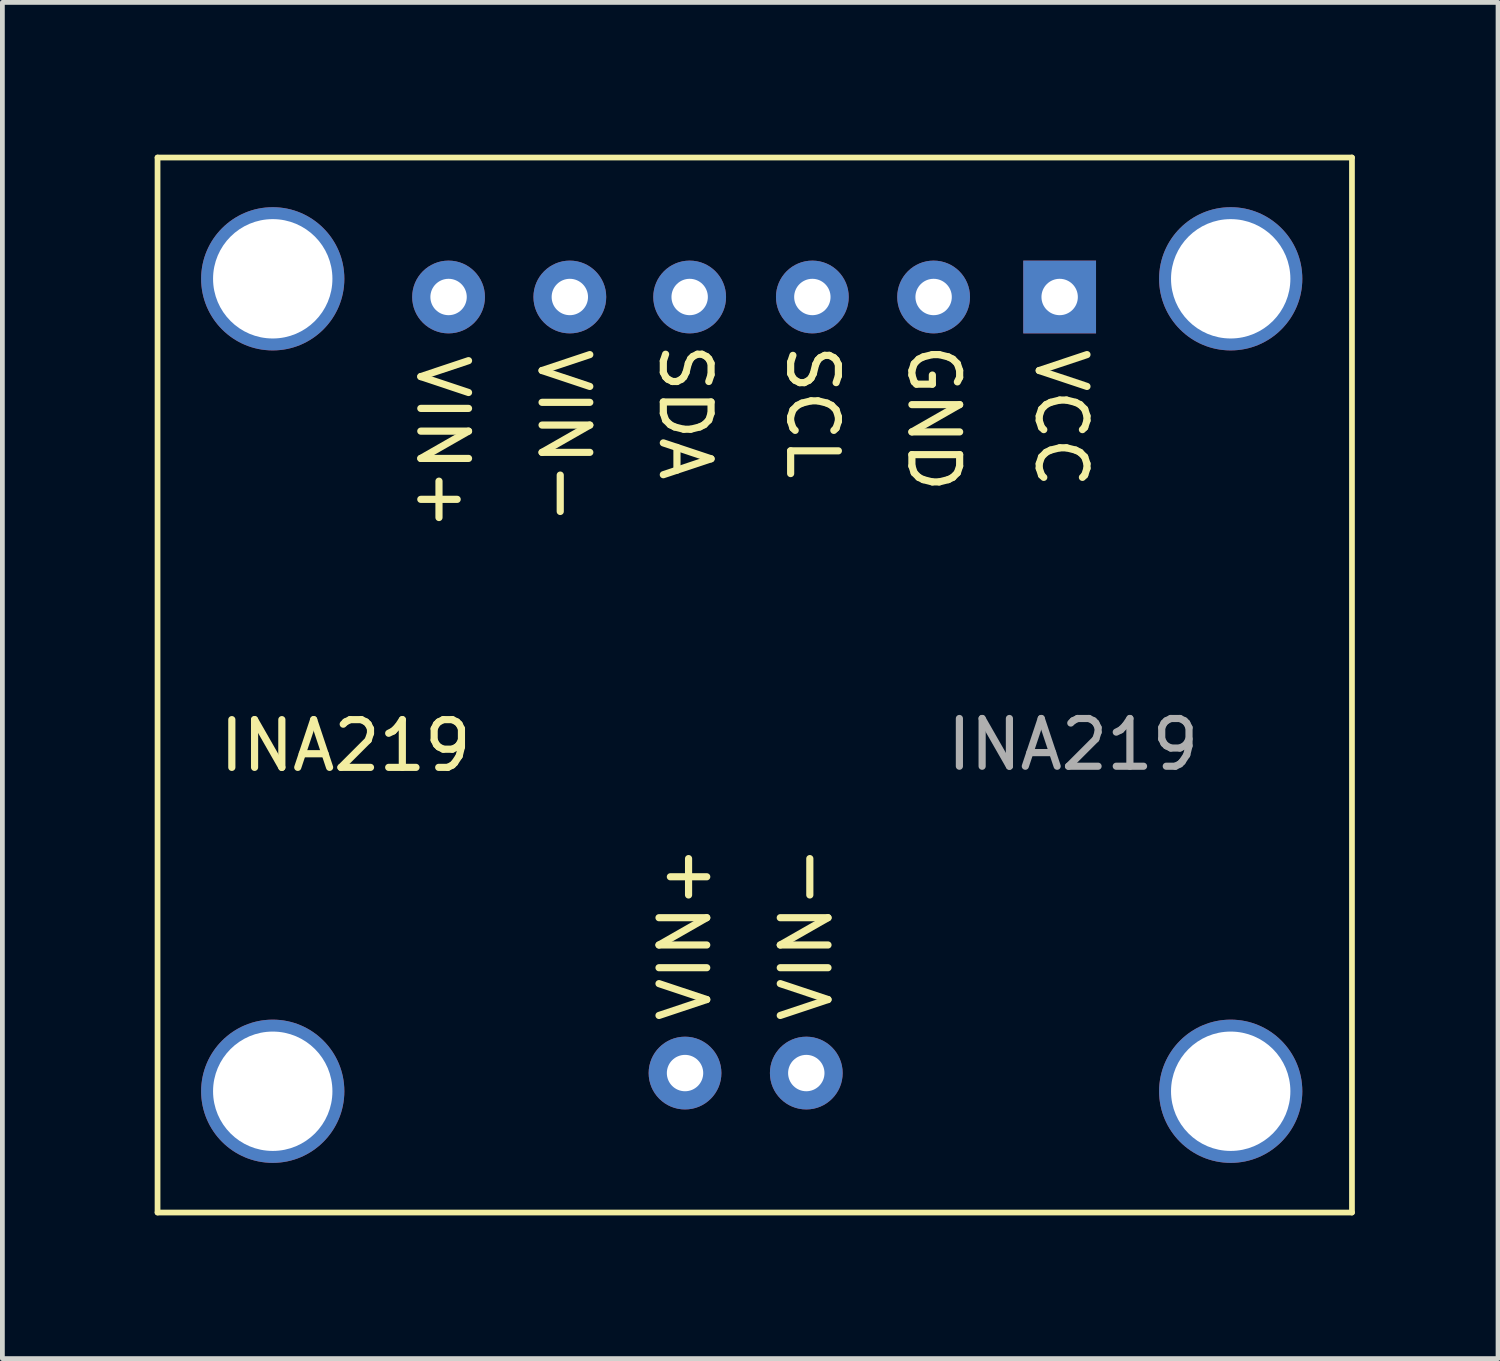
<source format=kicad_pcb>
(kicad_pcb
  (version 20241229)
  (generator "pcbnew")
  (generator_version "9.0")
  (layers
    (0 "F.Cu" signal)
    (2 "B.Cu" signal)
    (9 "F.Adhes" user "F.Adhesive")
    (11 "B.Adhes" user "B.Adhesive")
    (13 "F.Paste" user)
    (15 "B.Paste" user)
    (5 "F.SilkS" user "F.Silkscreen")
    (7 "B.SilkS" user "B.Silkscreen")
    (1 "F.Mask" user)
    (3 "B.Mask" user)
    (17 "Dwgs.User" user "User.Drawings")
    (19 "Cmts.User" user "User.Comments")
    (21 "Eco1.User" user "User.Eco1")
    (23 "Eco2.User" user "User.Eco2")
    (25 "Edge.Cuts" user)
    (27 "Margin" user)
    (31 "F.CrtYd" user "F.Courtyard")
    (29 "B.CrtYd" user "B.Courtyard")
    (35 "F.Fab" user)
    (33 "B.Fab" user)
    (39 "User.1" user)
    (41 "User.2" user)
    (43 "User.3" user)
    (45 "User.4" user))
  (footprint "INA219"
    (layer "F.Cu")
    (at 0.25 0.25)
    (property "Reference" "INA219" (at 3.937 12.319 0) (unlocked yes) (layer "F.SilkS") (effects (font (size 1 1) (thickness 0.15))))
    (attr through_hole)
    (fp_line (start 0 0) (end 25.019 0) (stroke (width 0.12) (type solid)) (layer "F.SilkS"))
    (fp_line (start 0 22.098) (end 0 0) (stroke (width 0.12) (type solid)) (layer "F.SilkS"))
    (fp_line (start 25.019 0) (end 25.019 22.098) (stroke (width 0.12) (type solid)) (layer "F.SilkS"))
    (fp_line (start 25.019 22.098) (end 0 22.098) (stroke (width 0.12) (type solid)) (layer "F.SilkS"))
    (fp_text user "GND" (at 16.256 5.461 270) (unlocked yes) (layer "F.SilkS") (effects (font (size 1 1) (thickness 0.15))))
    (fp_text user "SDA" (at 11.049 5.334 270) (unlocked yes) (layer "F.SilkS") (effects (font (size 1 1) (thickness 0.15))))
    (fp_text user "SCL" (at 13.716 5.334 270) (unlocked yes) (layer "F.SilkS") (effects (font (size 1 1) (thickness 0.15))))
    (fp_text user "VIN-" (at 8.509 5.842 270) (unlocked yes) (layer "F.SilkS") (effects (font (size 1 1) (thickness 0.15))))
    (fp_text user "VIN+" (at 11.049 16.256 90) (unlocked yes) (layer "F.SilkS") (effects (font (size 1 1) (thickness 0.15))))
    (fp_text user "VIN-" (at 13.589 16.256 90) (unlocked yes) (layer "F.SilkS") (effects (font (size 1 1) (thickness 0.15))))
    (fp_text user "VCC" (at 18.923 5.461 270) (unlocked yes) (layer "F.SilkS") (effects (font (size 1 1) (thickness 0.15))))
    (fp_text user "VIN+" (at 5.969 5.969 270) (unlocked yes) (layer "F.SilkS") (effects (font (size 1 1) (thickness 0.15))))
    (fp_text user "${REFERENCE}" (at 19.177 12.295 0) (unlocked yes) (layer "F.Fab") (effects (font (size 1 1) (thickness 0.15))))
    (pad "" thru_hole circle (at 2.413 2.54) (size 3 3) (drill 2.5) (layers "*.Cu" "*.Mask"))
    (pad "" thru_hole circle (at 2.413 19.558) (size 3 3) (drill 2.5) (layers "*.Cu" "*.Mask"))
    (pad "" thru_hole circle (at 22.479 2.54) (size 3 3) (drill 2.5) (layers "*.Cu" "*.Mask"))
    (pad "" thru_hole circle (at 22.479 19.558) (size 3 3) (drill 2.5) (layers "*.Cu" "*.Mask"))
    (pad "1" thru_hole circle (at 6.096 2.921) (size 1.524 1.524) (drill 0.762) (layers "*.Cu" "*.Mask"))
    (pad "2" thru_hole circle (at 8.636 2.921) (size 1.524 1.524) (drill 0.762) (layers "*.Cu" "*.Mask"))
    (pad "3" thru_hole circle (at 11.146 2.921) (size 1.524 1.524) (drill 0.762) (layers "*.Cu" "*.Mask"))
    (pad "4" thru_hole circle (at 13.716 2.921) (size 1.524 1.524) (drill 0.762) (layers "*.Cu" "*.Mask"))
    (pad "5" thru_hole circle (at 16.256 2.921) (size 1.524 1.524) (drill 0.762) (layers "*.Cu" "*.Mask"))
    (pad "6" thru_hole rect (at 18.896 2.921) (size 1.524 1.524) (drill 0.762) (layers "*.Cu" "*.Mask"))
    (pad "7" thru_hole circle (at 11.049 19.177) (size 1.524 1.524) (drill 0.762) (layers "*.Cu" "*.Mask"))
    (pad "8" thru_hole circle (at 13.589 19.177) (size 1.524 1.524) (drill 0.762) (layers "*.Cu" "*.Mask")))
  (gr_rect
    (start -3 -3)
    (end 28.329 25.408)
    (stroke (width 0.1) (type default))
    (fill no)
    (layer "Edge.Cuts")))
</source>
